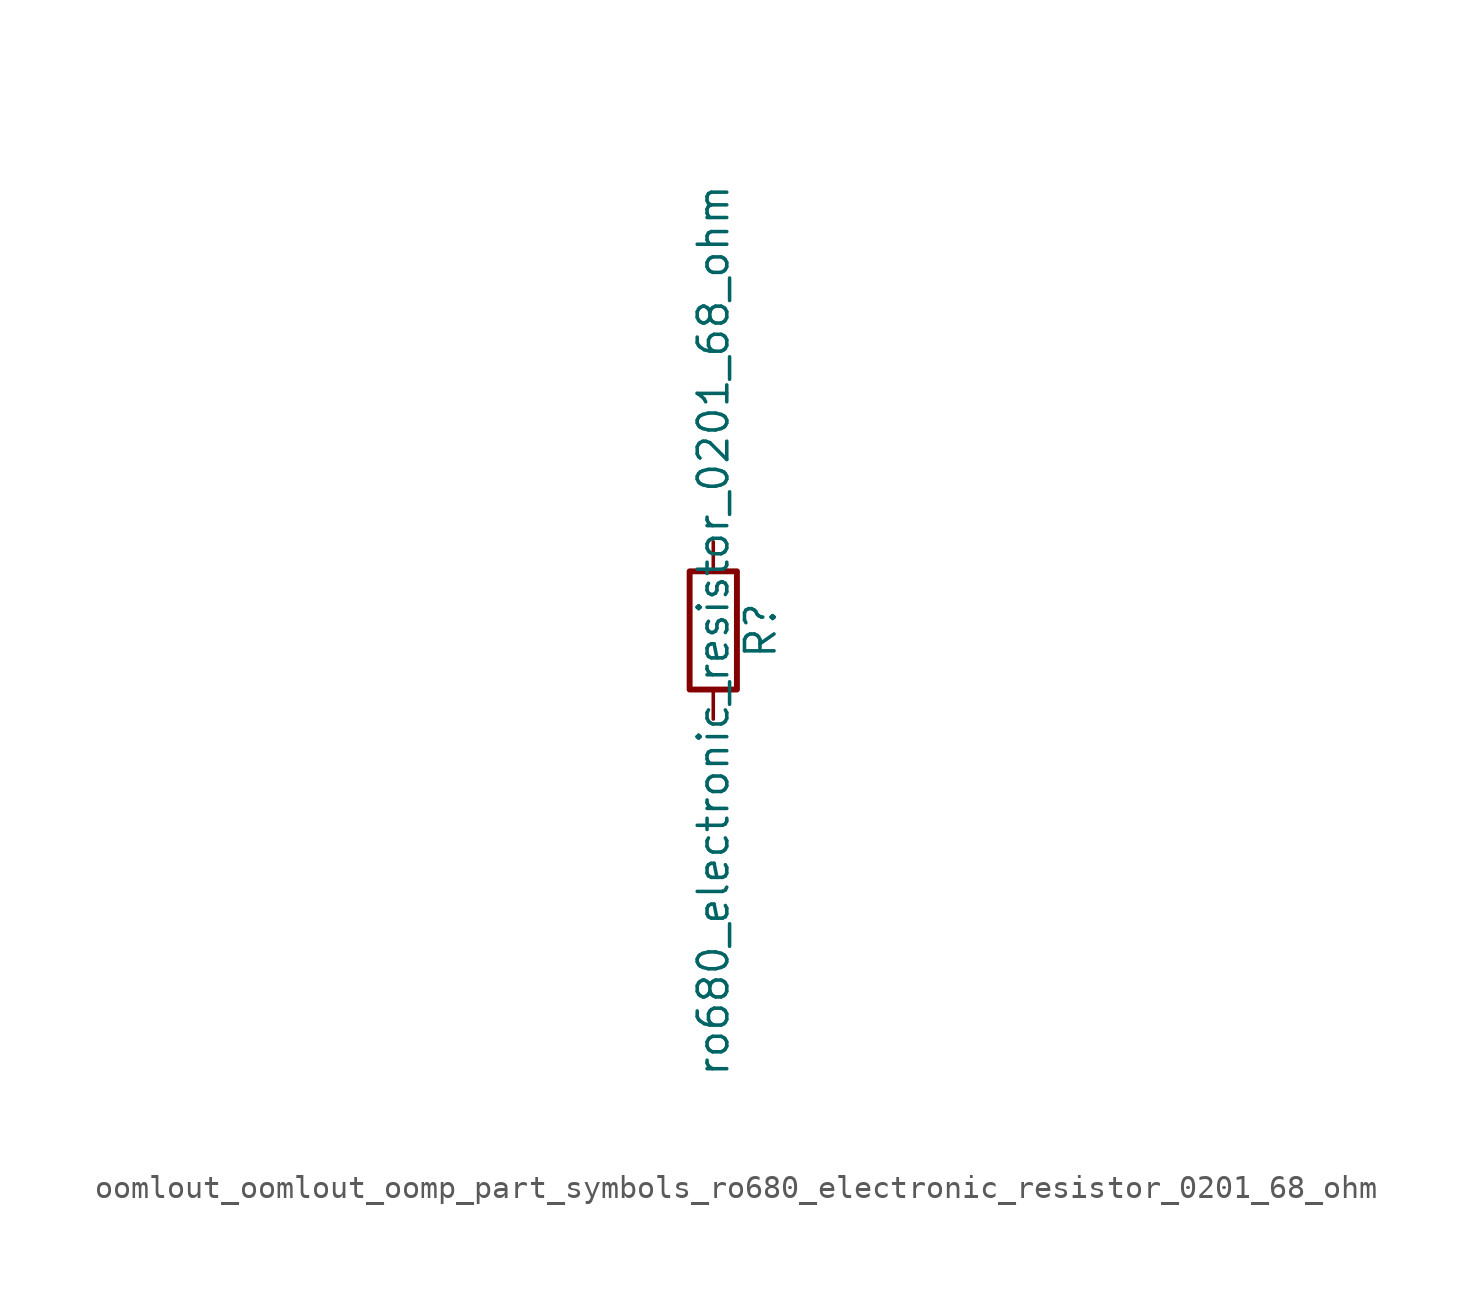
<source format=kicad_sym>
(kicad_symbol_lib
  (version 20220914)
  (generator kicad_symbol_editor)
  (symbol "oomlout_oomlout_oomp_part_symbols_ro680_electronic_resistor_0201_68_ohm"
    (pin_numbers hide)
    (pin_names
      (offset 0))
    (property "Reference" "R"
      (at 2.032 0 90)
      (effects (font (size 1.27 1.27))))
    (property "Value" "ro680_electronic_resistor_0201_68_ohm"
      (at 0 0 90)
      (effects (font (size 1.27 1.27))))
    (symbol "oomlout_oomlout_oomp_part_symbols_ro680_electronic_resistor_0201_68_ohm_0_1"
      (rectangle (start -1.016 -2.54) (end 1.016 2.54) (stroke (width 0.254) (type default)) (fill (type none))))
    (symbol "oomlout_oomlout_oomp_part_symbols_ro680_electronic_resistor_0201_68_ohm_1_1"
      (pin passive line (at 0 3.81 270) (length 1.27) (name "~" (effects (font (size 1.27 1.27)))) (number "1" (effects (font (size 1.27 1.27)))))
      (pin passive line (at 0 -3.81 90) (length 1.27) (name "~" (effects (font (size 1.27 1.27)))) (number "2" (effects (font (size 1.27 1.27))))))))
</source>
